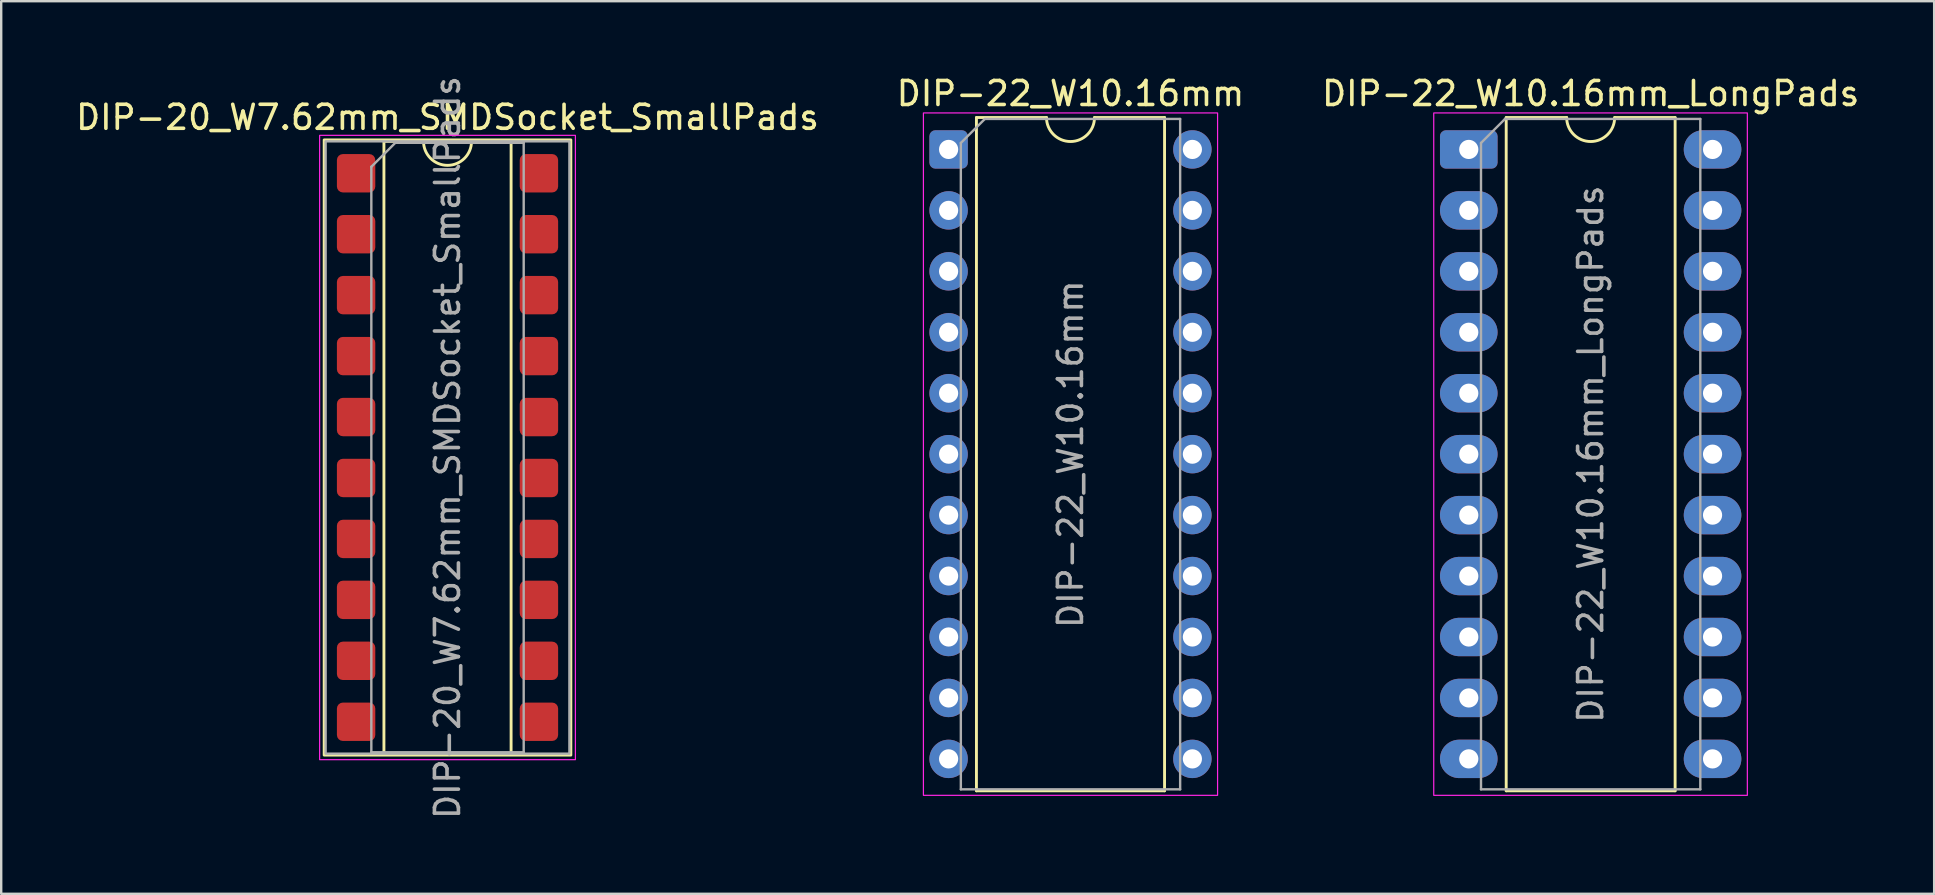
<source format=kicad_pcb>
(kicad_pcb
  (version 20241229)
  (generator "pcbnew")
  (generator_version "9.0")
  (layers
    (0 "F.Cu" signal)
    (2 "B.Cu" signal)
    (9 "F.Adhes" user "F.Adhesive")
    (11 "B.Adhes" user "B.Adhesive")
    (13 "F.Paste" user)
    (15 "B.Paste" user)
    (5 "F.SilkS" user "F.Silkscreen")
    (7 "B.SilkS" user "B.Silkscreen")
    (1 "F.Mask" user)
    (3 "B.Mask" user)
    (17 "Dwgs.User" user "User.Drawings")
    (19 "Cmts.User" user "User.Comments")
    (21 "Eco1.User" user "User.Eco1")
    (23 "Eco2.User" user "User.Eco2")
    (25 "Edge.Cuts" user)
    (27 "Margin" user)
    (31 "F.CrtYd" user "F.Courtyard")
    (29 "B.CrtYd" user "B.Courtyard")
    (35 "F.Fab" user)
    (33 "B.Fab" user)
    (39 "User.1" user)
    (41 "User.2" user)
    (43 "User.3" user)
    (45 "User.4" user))
  (footprint "DIP-22_W10.16mm"
    (layer "F.Cu")
    (at 36.485 3.178)
    (property "Reference" "DIP-22_W10.16mm" (at 5.08 -2.33 0) (layer "F.SilkS") (effects (font (size 1 1) (thickness 0.15))))
    (attr through_hole)
    (fp_line (start 1.16 -1.33) (end 1.16 26.73) (stroke (width 0.12) (type solid)) (layer "F.SilkS"))
    (fp_line (start 1.16 26.73) (end 9 26.73) (stroke (width 0.12) (type solid)) (layer "F.SilkS"))
    (fp_line (start 4.08 -1.33) (end 1.16 -1.33) (stroke (width 0.12) (type solid)) (layer "F.SilkS"))
    (fp_line (start 9 -1.33) (end 6.08 -1.33) (stroke (width 0.12) (type solid)) (layer "F.SilkS"))
    (fp_line (start 9 26.73) (end 9 -1.33) (stroke (width 0.12) (type solid)) (layer "F.SilkS"))
    (fp_arc (start 6.08 -1.33) (mid 5.08 -0.33) (end 4.08 -1.33) (stroke (width 0.12) (type solid)) (layer "F.SilkS"))
    (fp_rect (start -1.05 -1.52) (end 11.21 26.92) (stroke (width 0.05) (type solid)) (fill no) (layer "F.CrtYd"))
    (fp_line (start 0.51 -0.27) (end 1.51 -1.27) (stroke (width 0.1) (type solid)) (layer "F.Fab"))
    (fp_line (start 0.51 26.67) (end 0.51 -0.27) (stroke (width 0.1) (type solid)) (layer "F.Fab"))
    (fp_line (start 1.51 -1.27) (end 9.65 -1.27) (stroke (width 0.1) (type solid)) (layer "F.Fab"))
    (fp_line (start 9.65 -1.27) (end 9.65 26.67) (stroke (width 0.1) (type solid)) (layer "F.Fab"))
    (fp_line (start 9.65 26.67) (end 0.51 26.67) (stroke (width 0.1) (type solid)) (layer "F.Fab"))
    (fp_text user "${REFERENCE}" (at 5.08 12.7 90) (layer "F.Fab") (effects (font (size 1 1) (thickness 0.15))))
    (pad "1" thru_hole roundrect (at 0 0) (size 1.6 1.6) (drill 0.8) (layers "*.Cu" "*.Mask") (roundrect_rratio 0.156))
    (pad "2" thru_hole circle (at 0 2.54) (size 1.6 1.6) (drill 0.8) (layers "*.Cu" "*.Mask"))
    (pad "3" thru_hole circle (at 0 5.08) (size 1.6 1.6) (drill 0.8) (layers "*.Cu" "*.Mask"))
    (pad "4" thru_hole circle (at 0 7.62) (size 1.6 1.6) (drill 0.8) (layers "*.Cu" "*.Mask"))
    (pad "5" thru_hole circle (at 0 10.16) (size 1.6 1.6) (drill 0.8) (layers "*.Cu" "*.Mask"))
    (pad "6" thru_hole circle (at 0 12.7) (size 1.6 1.6) (drill 0.8) (layers "*.Cu" "*.Mask"))
    (pad "7" thru_hole circle (at 0 15.24) (size 1.6 1.6) (drill 0.8) (layers "*.Cu" "*.Mask"))
    (pad "8" thru_hole circle (at 0 17.78) (size 1.6 1.6) (drill 0.8) (layers "*.Cu" "*.Mask"))
    (pad "9" thru_hole circle (at 0 20.32) (size 1.6 1.6) (drill 0.8) (layers "*.Cu" "*.Mask"))
    (pad "10" thru_hole circle (at 0 22.86) (size 1.6 1.6) (drill 0.8) (layers "*.Cu" "*.Mask"))
    (pad "11" thru_hole circle (at 0 25.4) (size 1.6 1.6) (drill 0.8) (layers "*.Cu" "*.Mask"))
    (pad "12" thru_hole circle (at 10.16 25.4) (size 1.6 1.6) (drill 0.8) (layers "*.Cu" "*.Mask"))
    (pad "13" thru_hole circle (at 10.16 22.86) (size 1.6 1.6) (drill 0.8) (layers "*.Cu" "*.Mask"))
    (pad "14" thru_hole circle (at 10.16 20.32) (size 1.6 1.6) (drill 0.8) (layers "*.Cu" "*.Mask"))
    (pad "15" thru_hole circle (at 10.16 17.78) (size 1.6 1.6) (drill 0.8) (layers "*.Cu" "*.Mask"))
    (pad "16" thru_hole circle (at 10.16 15.24) (size 1.6 1.6) (drill 0.8) (layers "*.Cu" "*.Mask"))
    (pad "17" thru_hole circle (at 10.16 12.7) (size 1.6 1.6) (drill 0.8) (layers "*.Cu" "*.Mask"))
    (pad "18" thru_hole circle (at 10.16 10.16) (size 1.6 1.6) (drill 0.8) (layers "*.Cu" "*.Mask"))
    (pad "19" thru_hole circle (at 10.16 7.62) (size 1.6 1.6) (drill 0.8) (layers "*.Cu" "*.Mask"))
    (pad "20" thru_hole circle (at 10.16 5.08) (size 1.6 1.6) (drill 0.8) (layers "*.Cu" "*.Mask"))
    (pad "21" thru_hole circle (at 10.16 2.54) (size 1.6 1.6) (drill 0.8) (layers "*.Cu" "*.Mask"))
    (pad "22" thru_hole circle (at 10.16 0) (size 1.6 1.6) (drill 0.8) (layers "*.Cu" "*.Mask")))
  (footprint "DIP-20_W7.62mm_SMDSocket_SmallPads"
    (layer "F.Cu")
    (at 15.601 15.601)
    (property "Reference" "DIP-20_W7.62mm_SMDSocket_SmallPads" (at 0 -13.76 0) (layer "F.SilkS") (effects (font (size 1 1) (thickness 0.15))))
    (attr smd)
    (fp_line (start -2.65 -12.76) (end -2.65 12.76) (stroke (width 0.12) (type solid)) (layer "F.SilkS"))
    (fp_line (start -2.65 12.76) (end 2.65 12.76) (stroke (width 0.12) (type solid)) (layer "F.SilkS"))
    (fp_line (start -1 -12.76) (end -2.65 -12.76) (stroke (width 0.12) (type solid)) (layer "F.SilkS"))
    (fp_line (start 2.65 -12.76) (end 1 -12.76) (stroke (width 0.12) (type solid)) (layer "F.SilkS"))
    (fp_line (start 2.65 12.76) (end 2.65 -12.76) (stroke (width 0.12) (type solid)) (layer "F.SilkS"))
    (fp_rect (start -5.14 -12.82) (end 5.14 12.82) (stroke (width 0.12) (type solid)) (fill no) (layer "F.SilkS"))
    (fp_arc (start 1 -12.76) (mid 0 -11.76) (end -1 -12.76) (stroke (width 0.12) (type solid)) (layer "F.SilkS"))
    (fp_rect (start -5.33 -13.01) (end 5.33 13.01) (stroke (width 0.05) (type solid)) (fill no) (layer "F.CrtYd"))
    (fp_line (start -3.175 -11.7) (end -2.175 -12.7) (stroke (width 0.1) (type solid)) (layer "F.Fab"))
    (fp_line (start -3.175 12.7) (end -3.175 -11.7) (stroke (width 0.1) (type solid)) (layer "F.Fab"))
    (fp_line (start -2.175 -12.7) (end 3.175 -12.7) (stroke (width 0.1) (type solid)) (layer "F.Fab"))
    (fp_line (start 3.175 -12.7) (end 3.175 12.7) (stroke (width 0.1) (type solid)) (layer "F.Fab"))
    (fp_line (start 3.175 12.7) (end -3.175 12.7) (stroke (width 0.1) (type solid)) (layer "F.Fab"))
    (fp_rect (start -5.08 -12.76) (end 5.08 12.76) (stroke (width 0.1) (type solid)) (fill no) (layer "F.Fab"))
    (fp_text user "${REFERENCE}" (at 0 0 90) (layer "F.Fab") (effects (font (size 1 1) (thickness 0.15))))
    (pad "1" smd roundrect (at -3.81 -11.43) (size 1.6 1.6) (layers "F.Cu" "F.Mask" "F.Paste") (roundrect_rratio 0.156))
    (pad "2" smd roundrect (at -3.81 -8.89) (size 1.6 1.6) (layers "F.Cu" "F.Mask" "F.Paste") (roundrect_rratio 0.156))
    (pad "3" smd roundrect (at -3.81 -6.35) (size 1.6 1.6) (layers "F.Cu" "F.Mask" "F.Paste") (roundrect_rratio 0.156))
    (pad "4" smd roundrect (at -3.81 -3.81) (size 1.6 1.6) (layers "F.Cu" "F.Mask" "F.Paste") (roundrect_rratio 0.156))
    (pad "5" smd roundrect (at -3.81 -1.27) (size 1.6 1.6) (layers "F.Cu" "F.Mask" "F.Paste") (roundrect_rratio 0.156))
    (pad "6" smd roundrect (at -3.81 1.27) (size 1.6 1.6) (layers "F.Cu" "F.Mask" "F.Paste") (roundrect_rratio 0.156))
    (pad "7" smd roundrect (at -3.81 3.81) (size 1.6 1.6) (layers "F.Cu" "F.Mask" "F.Paste") (roundrect_rratio 0.156))
    (pad "8" smd roundrect (at -3.81 6.35) (size 1.6 1.6) (layers "F.Cu" "F.Mask" "F.Paste") (roundrect_rratio 0.156))
    (pad "9" smd roundrect (at -3.81 8.89) (size 1.6 1.6) (layers "F.Cu" "F.Mask" "F.Paste") (roundrect_rratio 0.156))
    (pad "10" smd roundrect (at -3.81 11.43) (size 1.6 1.6) (layers "F.Cu" "F.Mask" "F.Paste") (roundrect_rratio 0.156))
    (pad "11" smd roundrect (at 3.81 11.43) (size 1.6 1.6) (layers "F.Cu" "F.Mask" "F.Paste") (roundrect_rratio 0.156))
    (pad "12" smd roundrect (at 3.81 8.89) (size 1.6 1.6) (layers "F.Cu" "F.Mask" "F.Paste") (roundrect_rratio 0.156))
    (pad "13" smd roundrect (at 3.81 6.35) (size 1.6 1.6) (layers "F.Cu" "F.Mask" "F.Paste") (roundrect_rratio 0.156))
    (pad "14" smd roundrect (at 3.81 3.81) (size 1.6 1.6) (layers "F.Cu" "F.Mask" "F.Paste") (roundrect_rratio 0.156))
    (pad "15" smd roundrect (at 3.81 1.27) (size 1.6 1.6) (layers "F.Cu" "F.Mask" "F.Paste") (roundrect_rratio 0.156))
    (pad "16" smd roundrect (at 3.81 -1.27) (size 1.6 1.6) (layers "F.Cu" "F.Mask" "F.Paste") (roundrect_rratio 0.156))
    (pad "17" smd roundrect (at 3.81 -3.81) (size 1.6 1.6) (layers "F.Cu" "F.Mask" "F.Paste") (roundrect_rratio 0.156))
    (pad "18" smd roundrect (at 3.81 -6.35) (size 1.6 1.6) (layers "F.Cu" "F.Mask" "F.Paste") (roundrect_rratio 0.156))
    (pad "19" smd roundrect (at 3.81 -8.89) (size 1.6 1.6) (layers "F.Cu" "F.Mask" "F.Paste") (roundrect_rratio 0.156))
    (pad "20" smd roundrect (at 3.81 -11.43) (size 1.6 1.6) (layers "F.Cu" "F.Mask" "F.Paste") (roundrect_rratio 0.156)))
  (footprint "DIP-22_W10.16mm_LongPads"
    (layer "F.Cu")
    (at 58.164 3.178)
    (property "Reference" "DIP-22_W10.16mm_LongPads" (at 5.08 -2.33 0) (layer "F.SilkS") (effects (font (size 1 1) (thickness 0.15))))
    (attr through_hole)
    (fp_line (start 1.56 -1.33) (end 1.56 26.73) (stroke (width 0.12) (type solid)) (layer "F.SilkS"))
    (fp_line (start 1.56 26.73) (end 8.6 26.73) (stroke (width 0.12) (type solid)) (layer "F.SilkS"))
    (fp_line (start 4.08 -1.33) (end 1.56 -1.33) (stroke (width 0.12) (type solid)) (layer "F.SilkS"))
    (fp_line (start 8.6 -1.33) (end 6.08 -1.33) (stroke (width 0.12) (type solid)) (layer "F.SilkS"))
    (fp_line (start 8.6 26.73) (end 8.6 -1.33) (stroke (width 0.12) (type solid)) (layer "F.SilkS"))
    (fp_arc (start 6.08 -1.33) (mid 5.08 -0.33) (end 4.08 -1.33) (stroke (width 0.12) (type solid)) (layer "F.SilkS"))
    (fp_rect (start -1.46 -1.52) (end 11.61 26.92) (stroke (width 0.05) (type solid)) (fill no) (layer "F.CrtYd"))
    (fp_line (start 0.51 -0.27) (end 1.51 -1.27) (stroke (width 0.1) (type solid)) (layer "F.Fab"))
    (fp_line (start 0.51 26.67) (end 0.51 -0.27) (stroke (width 0.1) (type solid)) (layer "F.Fab"))
    (fp_line (start 1.51 -1.27) (end 9.65 -1.27) (stroke (width 0.1) (type solid)) (layer "F.Fab"))
    (fp_line (start 9.65 -1.27) (end 9.65 26.67) (stroke (width 0.1) (type solid)) (layer "F.Fab"))
    (fp_line (start 9.65 26.67) (end 0.51 26.67) (stroke (width 0.1) (type solid)) (layer "F.Fab"))
    (fp_text user "${REFERENCE}" (at 5.08 12.7 90) (layer "F.Fab") (effects (font (size 1 1) (thickness 0.15))))
    (pad "1" thru_hole roundrect (at 0 0) (size 2.4 1.6) (drill 0.8) (layers "*.Cu" "*.Mask") (roundrect_rratio 0.156))
    (pad "2" thru_hole oval (at 0 2.54) (size 2.4 1.6) (drill 0.8) (layers "*.Cu" "*.Mask"))
    (pad "3" thru_hole oval (at 0 5.08) (size 2.4 1.6) (drill 0.8) (layers "*.Cu" "*.Mask"))
    (pad "4" thru_hole oval (at 0 7.62) (size 2.4 1.6) (drill 0.8) (layers "*.Cu" "*.Mask"))
    (pad "5" thru_hole oval (at 0 10.16) (size 2.4 1.6) (drill 0.8) (layers "*.Cu" "*.Mask"))
    (pad "6" thru_hole oval (at 0 12.7) (size 2.4 1.6) (drill 0.8) (layers "*.Cu" "*.Mask"))
    (pad "7" thru_hole oval (at 0 15.24) (size 2.4 1.6) (drill 0.8) (layers "*.Cu" "*.Mask"))
    (pad "8" thru_hole oval (at 0 17.78) (size 2.4 1.6) (drill 0.8) (layers "*.Cu" "*.Mask"))
    (pad "9" thru_hole oval (at 0 20.32) (size 2.4 1.6) (drill 0.8) (layers "*.Cu" "*.Mask"))
    (pad "10" thru_hole oval (at 0 22.86) (size 2.4 1.6) (drill 0.8) (layers "*.Cu" "*.Mask"))
    (pad "11" thru_hole oval (at 0 25.4) (size 2.4 1.6) (drill 0.8) (layers "*.Cu" "*.Mask"))
    (pad "12" thru_hole oval (at 10.16 25.4) (size 2.4 1.6) (drill 0.8) (layers "*.Cu" "*.Mask"))
    (pad "13" thru_hole oval (at 10.16 22.86) (size 2.4 1.6) (drill 0.8) (layers "*.Cu" "*.Mask"))
    (pad "14" thru_hole oval (at 10.16 20.32) (size 2.4 1.6) (drill 0.8) (layers "*.Cu" "*.Mask"))
    (pad "15" thru_hole oval (at 10.16 17.78) (size 2.4 1.6) (drill 0.8) (layers "*.Cu" "*.Mask"))
    (pad "16" thru_hole oval (at 10.16 15.24) (size 2.4 1.6) (drill 0.8) (layers "*.Cu" "*.Mask"))
    (pad "17" thru_hole oval (at 10.16 12.7) (size 2.4 1.6) (drill 0.8) (layers "*.Cu" "*.Mask"))
    (pad "18" thru_hole oval (at 10.16 10.16) (size 2.4 1.6) (drill 0.8) (layers "*.Cu" "*.Mask"))
    (pad "19" thru_hole oval (at 10.16 7.62) (size 2.4 1.6) (drill 0.8) (layers "*.Cu" "*.Mask"))
    (pad "20" thru_hole oval (at 10.16 5.08) (size 2.4 1.6) (drill 0.8) (layers "*.Cu" "*.Mask"))
    (pad "21" thru_hole oval (at 10.16 2.54) (size 2.4 1.6) (drill 0.8) (layers "*.Cu" "*.Mask"))
    (pad "22" thru_hole oval (at 10.16 0) (size 2.4 1.6) (drill 0.8) (layers "*.Cu" "*.Mask")))
  (gr_rect
    (start -3 -3)
    (end 77.56 34.202)
    (stroke (width 0.1) (type default))
    (fill no)
    (layer "Edge.Cuts")))
</source>
